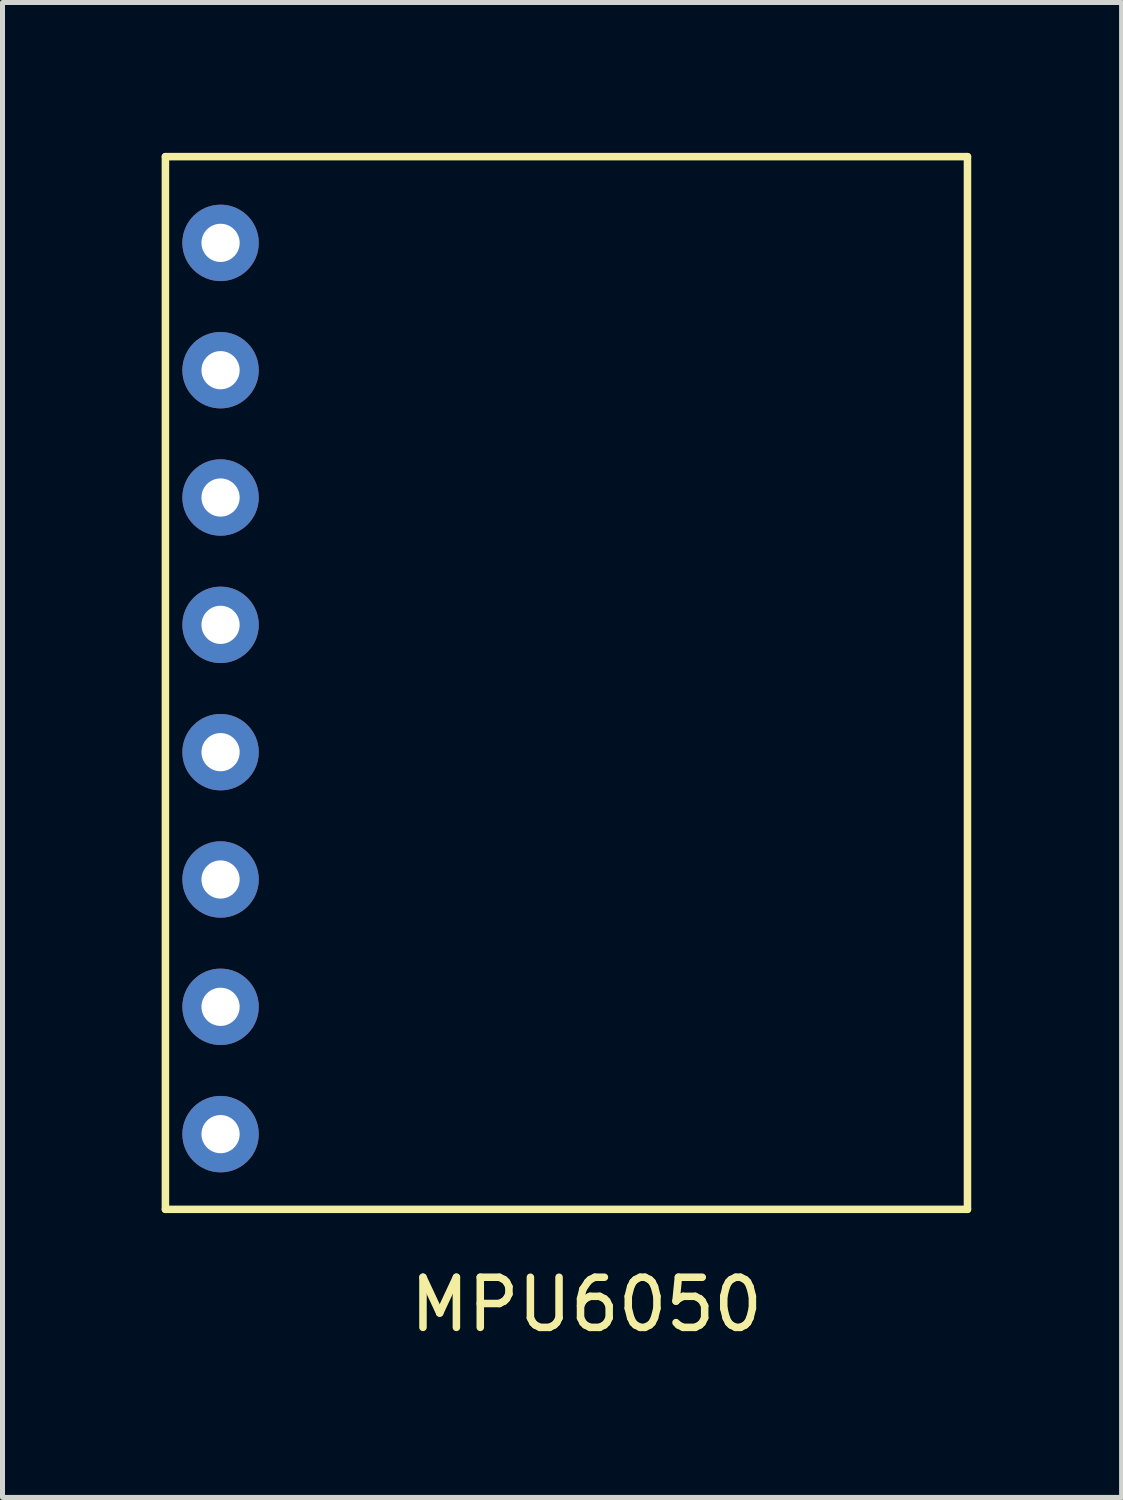
<source format=kicad_pcb>
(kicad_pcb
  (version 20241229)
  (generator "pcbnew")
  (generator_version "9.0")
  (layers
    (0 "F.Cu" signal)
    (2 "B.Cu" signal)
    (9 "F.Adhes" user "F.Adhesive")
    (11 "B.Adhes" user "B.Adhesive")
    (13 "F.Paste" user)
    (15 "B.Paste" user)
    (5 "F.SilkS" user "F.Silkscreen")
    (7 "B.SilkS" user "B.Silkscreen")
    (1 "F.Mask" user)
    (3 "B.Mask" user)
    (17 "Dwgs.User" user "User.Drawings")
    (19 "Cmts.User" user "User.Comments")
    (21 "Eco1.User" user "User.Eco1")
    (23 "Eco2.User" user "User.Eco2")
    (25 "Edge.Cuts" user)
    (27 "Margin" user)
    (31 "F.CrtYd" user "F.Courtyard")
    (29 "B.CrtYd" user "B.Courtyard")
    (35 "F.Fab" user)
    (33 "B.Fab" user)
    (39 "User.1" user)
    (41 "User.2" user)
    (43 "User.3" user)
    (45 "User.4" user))
  (footprint "MPU6050"
    (layer "F.Cu")
    (at 0.25 21.075)
    (property "Reference" "MPU6050" (at 8.4 1.9 0) (layer "F.SilkS") (effects (font (size 1 1) (thickness 0.15))))
    (attr through_hole)
    (fp_line (start 0 -21) (end 16 -21) (stroke (width 0.15) (type solid)) (layer "F.SilkS"))
    (fp_line (start 0 0) (end 0 -21) (stroke (width 0.15) (type solid)) (layer "F.SilkS"))
    (fp_line (start 16 -21) (end 16 0) (stroke (width 0.15) (type solid)) (layer "F.SilkS"))
    (fp_line (start 16 0) (end 0 0) (stroke (width 0.15) (type solid)) (layer "F.SilkS"))
    (pad "1" thru_hole circle (at 1.1 -19.28) (size 1.524 1.524) (drill 0.762) (layers "*.Cu" "*.Mask"))
    (pad "2" thru_hole circle (at 1.1 -16.74) (size 1.524 1.524) (drill 0.762) (layers "*.Cu" "*.Mask"))
    (pad "3" thru_hole circle (at 1.1 -14.2) (size 1.524 1.524) (drill 0.762) (layers "*.Cu" "*.Mask"))
    (pad "4" thru_hole circle (at 1.1 -11.66) (size 1.524 1.524) (drill 0.762) (layers "*.Cu" "*.Mask"))
    (pad "5" thru_hole circle (at 1.1 -9.12) (size 1.524 1.524) (drill 0.762) (layers "*.Cu" "*.Mask"))
    (pad "6" thru_hole circle (at 1.1 -6.58) (size 1.524 1.524) (drill 0.762) (layers "*.Cu" "*.Mask"))
    (pad "7" thru_hole circle (at 1.1 -4.04) (size 1.524 1.524) (drill 0.762) (layers "*.Cu" "*.Mask"))
    (pad "8" thru_hole circle (at 1.1 -1.5) (size 1.524 1.524) (drill 0.762) (layers "*.Cu" "*.Mask")))
  (gr_rect
    (start -3 -3)
    (end 19.325 26.823)
    (stroke (width 0.1) (type default))
    (fill no)
    (layer "Edge.Cuts")))
</source>
